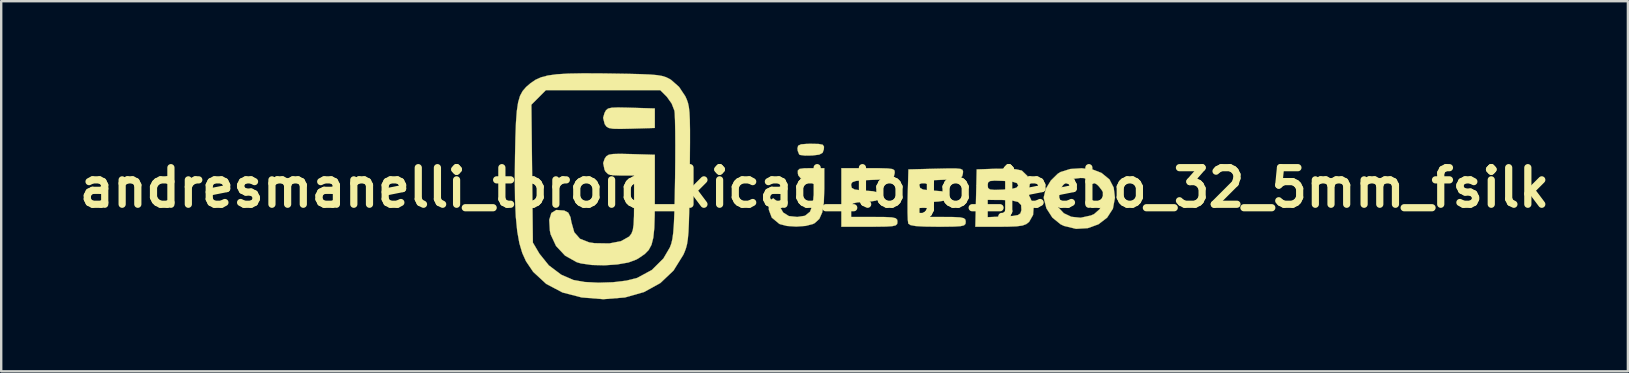
<source format=kicad_pcb>
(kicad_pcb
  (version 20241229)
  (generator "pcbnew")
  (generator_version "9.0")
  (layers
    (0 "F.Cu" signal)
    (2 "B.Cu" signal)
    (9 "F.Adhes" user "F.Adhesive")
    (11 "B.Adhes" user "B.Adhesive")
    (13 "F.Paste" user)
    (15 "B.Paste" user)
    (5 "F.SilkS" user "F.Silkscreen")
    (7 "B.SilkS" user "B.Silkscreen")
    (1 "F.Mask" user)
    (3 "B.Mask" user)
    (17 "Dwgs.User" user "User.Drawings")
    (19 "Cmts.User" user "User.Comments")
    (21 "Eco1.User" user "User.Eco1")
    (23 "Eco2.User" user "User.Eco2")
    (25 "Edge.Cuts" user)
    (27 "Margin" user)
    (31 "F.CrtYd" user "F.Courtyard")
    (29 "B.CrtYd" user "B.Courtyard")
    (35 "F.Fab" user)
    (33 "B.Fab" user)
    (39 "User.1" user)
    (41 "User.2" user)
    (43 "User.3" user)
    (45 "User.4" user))
  (footprint "andresmanelli_toroid_kicad_logo_jeebo_32_5mm_fsilk"
    (layer "F.Cu")
    (at 30.886 4.77)
    (property "Reference" "andresmanelli_toroid_kicad_logo_jeebo_32_5mm_fsilk" (at 0 0 0) (layer "F.SilkS") (effects (font (size 1.524 1.524) (thickness 0.3))))
    (attr through_hole)
    (fp_poly (pts (xy -7.771 -3.335) (xy -7.646 -3.331) (xy -6.655 -3.302) (xy -6.655 -2.489) (xy -7.64 -2.46) (xy -8.097 -2.45) (xy -8.393 -2.456) (xy -8.571 -2.487) (xy -8.673 -2.549) (xy -8.742 -2.65) (xy -8.743 -2.651) (xy -8.808 -2.911) (xy -8.749 -3.115) (xy -8.688 -3.227) (xy -8.602 -3.297) (xy -8.448 -3.333) (xy -8.185 -3.343) (xy -7.771 -3.335)) (stroke (width 0.01) (type solid)) (fill yes) (layer "F.SilkS"))
    (fp_poly (pts (xy 0.176 -1.822) (xy 0.341 -1.79) (xy 0.394 -1.712) (xy 0.388 -1.6) (xy 0.336 -1.454) (xy 0.196 -1.378) (xy -0.089 -1.343) (xy -0.105 -1.342) (xy -0.398 -1.338) (xy -0.599 -1.364) (xy -0.639 -1.384) (xy -0.701 -1.538) (xy -0.711 -1.643) (xy -0.682 -1.75) (xy -0.562 -1.807) (xy -0.306 -1.827) (xy -0.145 -1.829) (xy 0.176 -1.822)) (stroke (width 0.01) (type solid)) (fill yes) (layer "F.SilkS"))
    (fp_poly (pts (xy 0.406 0.046) (xy 0.387 0.62) (xy 0.321 1.027) (xy 0.199 1.3) (xy 0.009 1.474) (xy -0.067 1.513) (xy -0.371 1.592) (xy -0.762 1.619) (xy -1.15 1.594) (xy -1.444 1.518) (xy -1.473 1.503) (xy -1.782 1.245) (xy -1.904 0.921) (xy -1.905 0.77) (xy -1.838 0.512) (xy -1.718 0.442) (xy -1.571 0.561) (xy -1.476 0.741) (xy -1.305 1.036) (xy -1.069 1.182) (xy -0.722 1.219) (xy -0.4 1.17) (xy -0.189 1.002) (xy -0.068 0.687) (xy -0.021 0.326) (xy 0.023 -0.29) (xy -0.319 -0.323) (xy -0.569 -0.381) (xy -0.678 -0.516) (xy -0.693 -0.584) (xy -0.696 -0.714) (xy -0.625 -0.783) (xy -0.436 -0.809) (xy -0.159 -0.813) (xy 0.406 -0.813) (xy 0.406 0.046)) (stroke (width 0.01) (type solid)) (fill yes) (layer "F.SilkS"))
    (fp_poly (pts (xy 11.605 -0.75) (xy 11.957 -0.615) (xy 12.288 -0.344) (xy 12.464 -0.003) (xy 12.515 0.422) (xy 12.431 0.874) (xy 12.19 1.247) (xy 11.829 1.524) (xy 11.385 1.685) (xy 10.895 1.714) (xy 10.396 1.593) (xy 10.25 1.524) (xy 9.91 1.247) (xy 9.661 0.86) (xy 9.579 0.544) (xy 10.072 0.544) (xy 10.167 0.833) (xy 10.385 1.064) (xy 10.7 1.212) (xy 11.084 1.252) (xy 11.511 1.159) (xy 11.647 1.1) (xy 11.876 0.897) (xy 12.042 0.592) (xy 12.09 0.343) (xy 12.023 0.177) (xy 11.855 -0.045) (xy 11.793 -0.109) (xy 11.519 -0.323) (xy 11.212 -0.402) (xy 11.074 -0.406) (xy 10.728 -0.364) (xy 10.455 -0.203) (xy 10.355 -0.109) (xy 10.126 0.221) (xy 10.072 0.544) (xy 9.579 0.544) (xy 9.552 0.441) (xy 9.551 0.391) (xy 9.633 0.053) (xy 9.844 -0.297) (xy 10.131 -0.58) (xy 10.252 -0.655) (xy 10.652 -0.779) (xy 11.134 -0.81) (xy 11.605 -0.75)) (stroke (width 0.01) (type solid)) (fill yes) (layer "F.SilkS"))
    (fp_poly (pts (xy 2.732 -0.811) (xy 3.052 -0.802) (xy 3.238 -0.778) (xy 3.323 -0.731) (xy 3.342 -0.656) (xy 3.334 -0.584) (xy 3.305 -0.474) (xy 3.228 -0.404) (xy 3.062 -0.363) (xy 2.766 -0.34) (xy 2.413 -0.326) (xy 1.984 -0.308) (xy 1.72 -0.281) (xy 1.581 -0.235) (xy 1.529 -0.161) (xy 1.524 -0.103) (xy 1.553 0.01) (xy 1.672 0.075) (xy 1.926 0.111) (xy 2.108 0.122) (xy 2.441 0.148) (xy 2.618 0.196) (xy 2.685 0.283) (xy 2.692 0.356) (xy 2.666 0.473) (xy 2.556 0.54) (xy 2.316 0.576) (xy 2.108 0.589) (xy 1.78 0.612) (xy 1.605 0.653) (xy 1.536 0.742) (xy 1.524 0.905) (xy 1.524 0.919) (xy 1.524 1.219) (xy 2.489 1.219) (xy 2.938 1.222) (xy 3.221 1.237) (xy 3.376 1.271) (xy 3.442 1.332) (xy 3.454 1.422) (xy 3.442 1.51) (xy 3.382 1.568) (xy 3.24 1.602) (xy 2.981 1.619) (xy 2.572 1.625) (xy 2.286 1.626) (xy 1.118 1.626) (xy 1.118 -0.813) (xy 2.242 -0.813) (xy 2.732 -0.811)) (stroke (width 0.01) (type solid)) (fill yes) (layer "F.SilkS"))
    (fp_poly (pts (xy 8.396 -0.766) (xy 8.624 -0.717) (xy 8.641 -0.709) (xy 8.873 -0.484) (xy 8.971 -0.175) (xy 8.939 0.054) (xy 8.936 0.327) (xy 9.002 0.455) (xy 9.13 0.779) (xy 9.105 1.133) (xy 8.941 1.422) (xy 8.821 1.517) (xy 8.66 1.577) (xy 8.413 1.61) (xy 8.036 1.624) (xy 7.718 1.626) (xy 6.699 1.626) (xy 6.709 1.228) (xy 7.214 1.228) (xy 7.899 1.198) (xy 8.265 1.177) (xy 8.475 1.14) (xy 8.576 1.07) (xy 8.616 0.949) (xy 8.619 0.926) (xy 8.607 0.721) (xy 8.48 0.593) (xy 8.21 0.528) (xy 7.798 0.51) (xy 7.214 0.508) (xy 7.214 1.228) (xy 6.709 1.228) (xy 6.728 0.432) (xy 6.741 -0.102) (xy 7.214 -0.102) (xy 7.23 0.014) (xy 7.312 0.074) (xy 7.504 0.092) (xy 7.849 0.081) (xy 8.216 0.051) (xy 8.416 -0.002) (xy 8.483 -0.087) (xy 8.484 -0.102) (xy 8.431 -0.192) (xy 8.251 -0.249) (xy 7.908 -0.281) (xy 7.849 -0.284) (xy 7.501 -0.295) (xy 7.311 -0.277) (xy 7.23 -0.217) (xy 7.214 -0.102) (xy 6.741 -0.102) (xy 6.756 -0.762) (xy 7.594 -0.791) (xy 8.033 -0.792) (xy 8.396 -0.766)) (stroke (width 0.01) (type solid)) (fill yes) (layer "F.SilkS"))
    (fp_poly (pts (xy -7.645 -1.401) (xy -7.64 -1.401) (xy -6.655 -1.372) (xy -6.655 0.425) (xy -6.659 1.138) (xy -6.676 1.681) (xy -6.718 2.083) (xy -6.792 2.377) (xy -6.908 2.594) (xy -7.076 2.765) (xy -7.305 2.923) (xy -7.421 2.992) (xy -7.755 3.116) (xy -8.22 3.197) (xy -8.75 3.233) (xy -9.276 3.22) (xy -9.731 3.155) (xy -9.906 3.104) (xy -10.394 2.83) (xy -10.77 2.428) (xy -10.995 1.944) (xy -11.027 1.789) (xy -11.053 1.339) (xy -10.965 1.054) (xy -10.76 0.928) (xy -10.432 0.952) (xy -10.427 0.953) (xy -10.261 1.039) (xy -10.168 1.229) (xy -10.13 1.436) (xy -10.011 1.856) (xy -9.771 2.129) (xy -9.384 2.28) (xy -9.158 2.312) (xy -8.553 2.322) (xy -8.067 2.229) (xy -7.73 2.04) (xy -7.716 2.026) (xy -7.629 1.916) (xy -7.572 1.766) (xy -7.538 1.535) (xy -7.522 1.182) (xy -7.518 0.668) (xy -7.518 0.66) (xy -7.518 -0.508) (xy -8.079 -0.508) (xy -8.412 -0.519) (xy -8.602 -0.566) (xy -8.71 -0.672) (xy -8.75 -0.749) (xy -8.806 -1.026) (xy -8.743 -1.21) (xy -8.674 -1.311) (xy -8.573 -1.373) (xy -8.395 -1.404) (xy -8.1 -1.411) (xy -7.645 -1.401)) (stroke (width 0.01) (type solid)) (fill yes) (layer "F.SilkS"))
    (fp_poly (pts (xy 5.885 -0.802) (xy 6.076 -0.784) (xy 6.166 -0.743) (xy 6.188 -0.672) (xy 6.18 -0.588) (xy 6.151 -0.476) (xy 6.075 -0.405) (xy 5.912 -0.364) (xy 5.62 -0.34) (xy 5.258 -0.326) (xy 4.829 -0.308) (xy 4.565 -0.281) (xy 4.426 -0.235) (xy 4.374 -0.161) (xy 4.369 -0.103) (xy 4.398 0.01) (xy 4.517 0.075) (xy 4.771 0.111) (xy 4.953 0.122) (xy 5.286 0.148) (xy 5.463 0.196) (xy 5.53 0.283) (xy 5.537 0.356) (xy 5.511 0.473) (xy 5.401 0.54) (xy 5.161 0.576) (xy 4.953 0.589) (xy 4.624 0.612) (xy 4.45 0.653) (xy 4.381 0.742) (xy 4.369 0.905) (xy 4.369 0.919) (xy 4.369 1.219) (xy 5.334 1.219) (xy 5.783 1.222) (xy 6.066 1.237) (xy 6.221 1.271) (xy 6.286 1.332) (xy 6.299 1.422) (xy 6.287 1.51) (xy 6.227 1.568) (xy 6.085 1.602) (xy 5.827 1.619) (xy 5.418 1.625) (xy 5.128 1.626) (xy 4.583 1.619) (xy 4.216 1.598) (xy 3.999 1.558) (xy 3.908 1.499) (xy 3.905 1.492) (xy 3.886 1.339) (xy 3.876 1.032) (xy 3.876 0.622) (xy 3.882 0.298) (xy 3.912 -0.762) (xy 5.062 -0.791) (xy 5.558 -0.802) (xy 5.885 -0.802)) (stroke (width 0.01) (type solid)) (fill yes) (layer "F.SilkS"))
    (fp_poly (pts (xy -8.848 -4.761) (xy -8.548 -4.757) (xy -7.821 -4.745) (xy -7.267 -4.732) (xy -6.857 -4.715) (xy -6.561 -4.69) (xy -6.348 -4.654) (xy -6.19 -4.605) (xy -6.056 -4.54) (xy -5.976 -4.492) (xy -5.646 -4.201) (xy -5.387 -3.814) (xy -5.386 -3.813) (xy -5.322 -3.672) (xy -5.273 -3.53) (xy -5.236 -3.358) (xy -5.211 -3.131) (xy -5.196 -2.824) (xy -5.189 -2.411) (xy -5.189 -1.864) (xy -5.194 -1.16) (xy -5.201 -0.54) (xy -5.211 0.296) (xy -5.222 0.955) (xy -5.235 1.465) (xy -5.253 1.85) (xy -5.279 2.138) (xy -5.313 2.356) (xy -5.359 2.529) (xy -5.418 2.685) (xy -5.466 2.794) (xy -5.875 3.452) (xy -6.424 3.972) (xy -7.103 4.347) (xy -7.898 4.573) (xy -8.799 4.645) (xy -9.703 4.572) (xy -10.501 4.366) (xy -11.179 4.008) (xy -11.721 3.508) (xy -12.02 3.066) (xy -12.176 2.722) (xy -12.297 2.315) (xy -12.386 1.819) (xy -12.446 1.211) (xy -12.479 0.468) (xy -12.488 -0.435) (xy -12.479 -1.295) (xy -12.462 -2.096) (xy -12.439 -2.721) (xy -12.403 -3.199) (xy -12.364 -3.458) (xy -11.797 -3.458) (xy -11.735 2.286) (xy -11.461 2.751) (xy -11.071 3.236) (xy -10.553 3.625) (xy -10.044 3.846) (xy -9.582 3.928) (xy -9.009 3.958) (xy -8.401 3.939) (xy -7.837 3.872) (xy -7.393 3.76) (xy -7.39 3.759) (xy -6.778 3.428) (xy -6.296 2.948) (xy -6.027 2.489) (xy -5.968 2.332) (xy -5.922 2.137) (xy -5.887 1.877) (xy -5.86 1.524) (xy -5.84 1.051) (xy -5.824 0.43) (xy -5.811 -0.365) (xy -5.81 -0.398) (xy -5.803 -1.107) (xy -5.801 -1.764) (xy -5.804 -2.337) (xy -5.813 -2.794) (xy -5.825 -3.101) (xy -5.836 -3.206) (xy -5.953 -3.507) (xy -6.152 -3.787) (xy -6.163 -3.799) (xy -6.429 -4.064) (xy -8.81 -4.064) (xy -11.192 -4.064) (xy -11.797 -3.458) (xy -12.364 -3.458) (xy -12.349 -3.557) (xy -12.271 -3.824) (xy -12.162 -4.027) (xy -12.017 -4.195) (xy -11.83 -4.356) (xy -11.825 -4.359) (xy -11.626 -4.495) (xy -11.397 -4.598) (xy -11.111 -4.674) (xy -10.741 -4.725) (xy -10.258 -4.754) (xy -9.636 -4.765) (xy -8.848 -4.761)) (stroke (width 0.01) (type solid)) (fill yes) (layer "F.SilkS")))
  (gr_rect
    (start -3 -3)
    (end 64.773 12.42)
    (stroke (width 0.1) (type default))
    (fill no)
    (layer "Edge.Cuts")))
</source>
